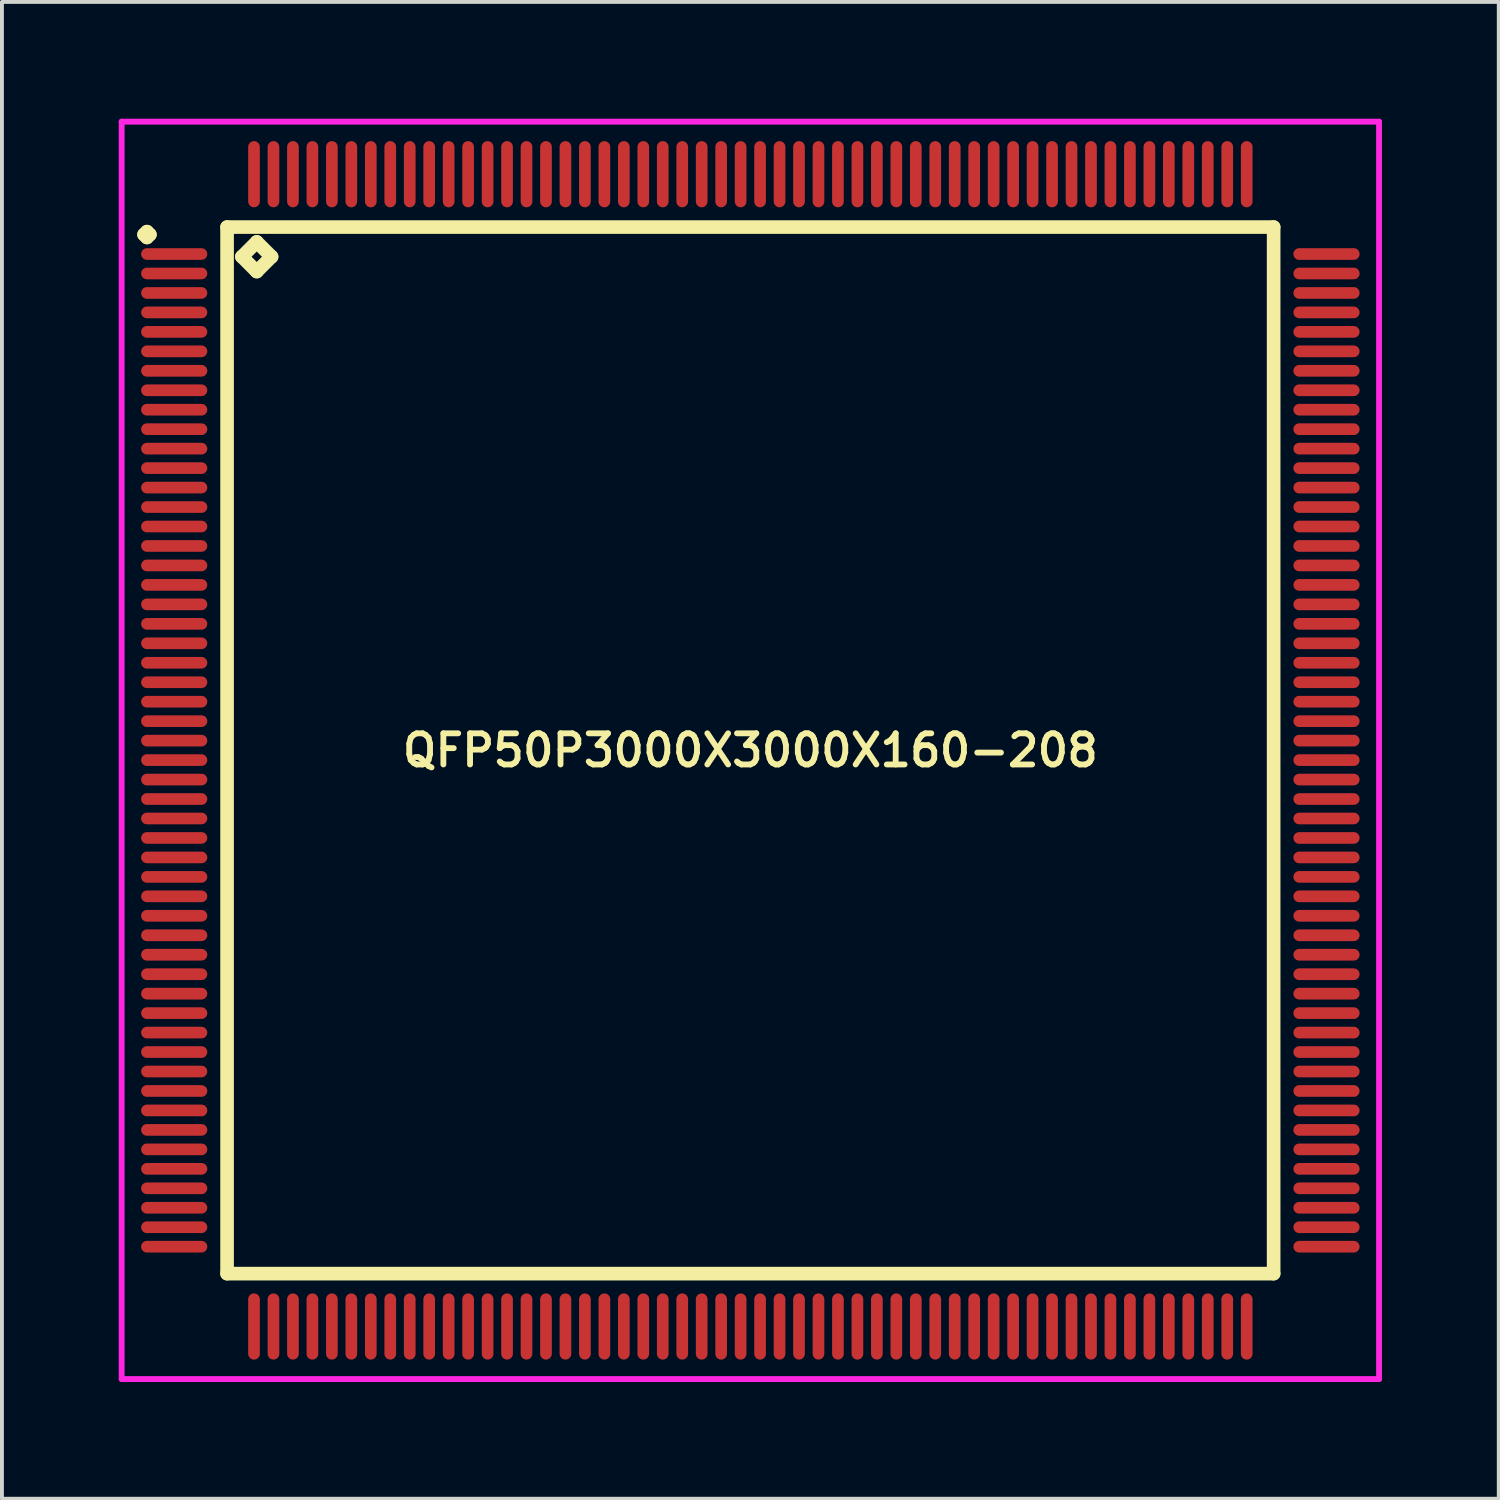
<source format=kicad_pcb>
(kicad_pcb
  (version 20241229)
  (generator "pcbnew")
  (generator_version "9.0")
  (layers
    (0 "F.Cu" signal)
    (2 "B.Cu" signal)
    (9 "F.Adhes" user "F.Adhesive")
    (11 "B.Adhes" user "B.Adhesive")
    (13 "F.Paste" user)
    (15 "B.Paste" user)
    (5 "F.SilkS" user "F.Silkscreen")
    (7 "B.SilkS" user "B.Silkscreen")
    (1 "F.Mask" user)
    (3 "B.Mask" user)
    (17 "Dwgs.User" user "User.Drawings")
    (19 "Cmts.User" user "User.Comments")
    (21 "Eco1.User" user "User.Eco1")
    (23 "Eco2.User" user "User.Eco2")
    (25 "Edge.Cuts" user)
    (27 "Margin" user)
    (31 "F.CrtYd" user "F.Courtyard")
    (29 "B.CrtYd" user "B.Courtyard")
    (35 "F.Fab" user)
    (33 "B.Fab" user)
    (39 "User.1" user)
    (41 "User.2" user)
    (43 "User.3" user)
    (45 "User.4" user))
  (footprint "QFP50P3000X3000X160-208"
    (layer "F.Cu")
    (at 16.225 16.225)
    (property "Reference" "QFP50P3000X3000X160-208" (at 0 0 0) (layer "F.SilkS") (effects (font (size 0.8 0.8) (thickness 0.15))))
    (attr smd)
    (fp_line (start -15.575 -13.25) (end -15.5 -13.325) (stroke (width 0.35) (type solid)) (layer "F.SilkS"))
    (fp_line (start -15.5 -13.325) (end -15.425 -13.25) (stroke (width 0.35) (type solid)) (layer "F.SilkS"))
    (fp_line (start -15.5 -13.175) (end -15.575 -13.25) (stroke (width 0.35) (type solid)) (layer "F.SilkS"))
    (fp_line (start -15.425 -13.25) (end -15.5 -13.175) (stroke (width 0.35) (type solid)) (layer "F.SilkS"))
    (fp_line (start -13.442 -13.442) (end -13.442 13.442) (stroke (width 0.35) (type solid)) (layer "F.SilkS"))
    (fp_line (start -13.442 13.442) (end 13.442 13.442) (stroke (width 0.35) (type solid)) (layer "F.SilkS"))
    (fp_line (start -13.061 -12.68) (end -12.68 -13.061) (stroke (width 0.35) (type solid)) (layer "F.SilkS"))
    (fp_line (start -12.68 -13.061) (end -12.299 -12.68) (stroke (width 0.35) (type solid)) (layer "F.SilkS"))
    (fp_line (start -12.68 -12.299) (end -13.061 -12.68) (stroke (width 0.35) (type solid)) (layer "F.SilkS"))
    (fp_line (start -12.299 -12.68) (end -12.68 -12.299) (stroke (width 0.35) (type solid)) (layer "F.SilkS"))
    (fp_line (start 13.442 -13.442) (end -13.442 -13.442) (stroke (width 0.35) (type solid)) (layer "F.SilkS"))
    (fp_line (start 13.442 13.442) (end 13.442 -13.442) (stroke (width 0.35) (type solid)) (layer "F.SilkS"))
    (fp_line (start -16.15 -16.15) (end 16.15 -16.15) (stroke (width 0.15) (type solid)) (layer "F.CrtYd"))
    (fp_line (start -16.15 16.15) (end -16.15 -16.15) (stroke (width 0.15) (type solid)) (layer "F.CrtYd"))
    (fp_line (start 16.15 -16.15) (end 16.15 16.15) (stroke (width 0.15) (type solid)) (layer "F.CrtYd"))
    (fp_line (start 16.15 16.15) (end -16.15 16.15) (stroke (width 0.15) (type solid)) (layer "F.CrtYd"))
    (pad "1" smd oval (at -14.8 -12.75) (size 1.7 0.3) (layers "F.Cu" "F.Mask" "F.Paste"))
    (pad "2" smd oval (at -14.8 -12.25) (size 1.7 0.3) (layers "F.Cu" "F.Mask" "F.Paste"))
    (pad "3" smd oval (at -14.8 -11.75) (size 1.7 0.3) (layers "F.Cu" "F.Mask" "F.Paste"))
    (pad "4" smd oval (at -14.8 -11.25) (size 1.7 0.3) (layers "F.Cu" "F.Mask" "F.Paste"))
    (pad "5" smd oval (at -14.8 -10.75) (size 1.7 0.3) (layers "F.Cu" "F.Mask" "F.Paste"))
    (pad "6" smd oval (at -14.8 -10.25) (size 1.7 0.3) (layers "F.Cu" "F.Mask" "F.Paste"))
    (pad "7" smd oval (at -14.8 -9.75) (size 1.7 0.3) (layers "F.Cu" "F.Mask" "F.Paste"))
    (pad "8" smd oval (at -14.8 -9.25) (size 1.7 0.3) (layers "F.Cu" "F.Mask" "F.Paste"))
    (pad "9" smd oval (at -14.8 -8.75) (size 1.7 0.3) (layers "F.Cu" "F.Mask" "F.Paste"))
    (pad "10" smd oval (at -14.8 -8.25) (size 1.7 0.3) (layers "F.Cu" "F.Mask" "F.Paste"))
    (pad "11" smd oval (at -14.8 -7.75) (size 1.7 0.3) (layers "F.Cu" "F.Mask" "F.Paste"))
    (pad "12" smd oval (at -14.8 -7.25) (size 1.7 0.3) (layers "F.Cu" "F.Mask" "F.Paste"))
    (pad "13" smd oval (at -14.8 -6.75) (size 1.7 0.3) (layers "F.Cu" "F.Mask" "F.Paste"))
    (pad "14" smd oval (at -14.8 -6.25) (size 1.7 0.3) (layers "F.Cu" "F.Mask" "F.Paste"))
    (pad "15" smd oval (at -14.8 -5.75) (size 1.7 0.3) (layers "F.Cu" "F.Mask" "F.Paste"))
    (pad "16" smd oval (at -14.8 -5.25) (size 1.7 0.3) (layers "F.Cu" "F.Mask" "F.Paste"))
    (pad "17" smd oval (at -14.8 -4.75) (size 1.7 0.3) (layers "F.Cu" "F.Mask" "F.Paste"))
    (pad "18" smd oval (at -14.8 -4.25) (size 1.7 0.3) (layers "F.Cu" "F.Mask" "F.Paste"))
    (pad "19" smd oval (at -14.8 -3.75) (size 1.7 0.3) (layers "F.Cu" "F.Mask" "F.Paste"))
    (pad "20" smd oval (at -14.8 -3.25) (size 1.7 0.3) (layers "F.Cu" "F.Mask" "F.Paste"))
    (pad "21" smd oval (at -14.8 -2.75) (size 1.7 0.3) (layers "F.Cu" "F.Mask" "F.Paste"))
    (pad "22" smd oval (at -14.8 -2.25) (size 1.7 0.3) (layers "F.Cu" "F.Mask" "F.Paste"))
    (pad "23" smd oval (at -14.8 -1.75) (size 1.7 0.3) (layers "F.Cu" "F.Mask" "F.Paste"))
    (pad "24" smd oval (at -14.8 -1.25) (size 1.7 0.3) (layers "F.Cu" "F.Mask" "F.Paste"))
    (pad "25" smd oval (at -14.8 -0.75) (size 1.7 0.3) (layers "F.Cu" "F.Mask" "F.Paste"))
    (pad "26" smd oval (at -14.8 -0.25) (size 1.7 0.3) (layers "F.Cu" "F.Mask" "F.Paste"))
    (pad "27" smd oval (at -14.8 0.25) (size 1.7 0.3) (layers "F.Cu" "F.Mask" "F.Paste"))
    (pad "28" smd oval (at -14.8 0.75) (size 1.7 0.3) (layers "F.Cu" "F.Mask" "F.Paste"))
    (pad "29" smd oval (at -14.8 1.25) (size 1.7 0.3) (layers "F.Cu" "F.Mask" "F.Paste"))
    (pad "30" smd oval (at -14.8 1.75) (size 1.7 0.3) (layers "F.Cu" "F.Mask" "F.Paste"))
    (pad "31" smd oval (at -14.8 2.25) (size 1.7 0.3) (layers "F.Cu" "F.Mask" "F.Paste"))
    (pad "32" smd oval (at -14.8 2.75) (size 1.7 0.3) (layers "F.Cu" "F.Mask" "F.Paste"))
    (pad "33" smd oval (at -14.8 3.25) (size 1.7 0.3) (layers "F.Cu" "F.Mask" "F.Paste"))
    (pad "34" smd oval (at -14.8 3.75) (size 1.7 0.3) (layers "F.Cu" "F.Mask" "F.Paste"))
    (pad "35" smd oval (at -14.8 4.25) (size 1.7 0.3) (layers "F.Cu" "F.Mask" "F.Paste"))
    (pad "36" smd oval (at -14.8 4.75) (size 1.7 0.3) (layers "F.Cu" "F.Mask" "F.Paste"))
    (pad "37" smd oval (at -14.8 5.25) (size 1.7 0.3) (layers "F.Cu" "F.Mask" "F.Paste"))
    (pad "38" smd oval (at -14.8 5.75) (size 1.7 0.3) (layers "F.Cu" "F.Mask" "F.Paste"))
    (pad "39" smd oval (at -14.8 6.25) (size 1.7 0.3) (layers "F.Cu" "F.Mask" "F.Paste"))
    (pad "40" smd oval (at -14.8 6.75) (size 1.7 0.3) (layers "F.Cu" "F.Mask" "F.Paste"))
    (pad "41" smd oval (at -14.8 7.25) (size 1.7 0.3) (layers "F.Cu" "F.Mask" "F.Paste"))
    (pad "42" smd oval (at -14.8 7.75) (size 1.7 0.3) (layers "F.Cu" "F.Mask" "F.Paste"))
    (pad "43" smd oval (at -14.8 8.25) (size 1.7 0.3) (layers "F.Cu" "F.Mask" "F.Paste"))
    (pad "44" smd oval (at -14.8 8.75) (size 1.7 0.3) (layers "F.Cu" "F.Mask" "F.Paste"))
    (pad "45" smd oval (at -14.8 9.25) (size 1.7 0.3) (layers "F.Cu" "F.Mask" "F.Paste"))
    (pad "46" smd oval (at -14.8 9.75) (size 1.7 0.3) (layers "F.Cu" "F.Mask" "F.Paste"))
    (pad "47" smd oval (at -14.8 10.25) (size 1.7 0.3) (layers "F.Cu" "F.Mask" "F.Paste"))
    (pad "48" smd oval (at -14.8 10.75) (size 1.7 0.3) (layers "F.Cu" "F.Mask" "F.Paste"))
    (pad "49" smd oval (at -14.8 11.25) (size 1.7 0.3) (layers "F.Cu" "F.Mask" "F.Paste"))
    (pad "50" smd oval (at -14.8 11.75) (size 1.7 0.3) (layers "F.Cu" "F.Mask" "F.Paste"))
    (pad "51" smd oval (at -14.8 12.25) (size 1.7 0.3) (layers "F.Cu" "F.Mask" "F.Paste"))
    (pad "52" smd oval (at -14.8 12.75) (size 1.7 0.3) (layers "F.Cu" "F.Mask" "F.Paste"))
    (pad "53" smd oval (at -12.75 14.8) (size 0.3 1.7) (layers "F.Cu" "F.Mask" "F.Paste"))
    (pad "54" smd oval (at -12.25 14.8) (size 0.3 1.7) (layers "F.Cu" "F.Mask" "F.Paste"))
    (pad "55" smd oval (at -11.75 14.8) (size 0.3 1.7) (layers "F.Cu" "F.Mask" "F.Paste"))
    (pad "56" smd oval (at -11.25 14.8) (size 0.3 1.7) (layers "F.Cu" "F.Mask" "F.Paste"))
    (pad "57" smd oval (at -10.75 14.8) (size 0.3 1.7) (layers "F.Cu" "F.Mask" "F.Paste"))
    (pad "58" smd oval (at -10.25 14.8) (size 0.3 1.7) (layers "F.Cu" "F.Mask" "F.Paste"))
    (pad "59" smd oval (at -9.75 14.8) (size 0.3 1.7) (layers "F.Cu" "F.Mask" "F.Paste"))
    (pad "60" smd oval (at -9.25 14.8) (size 0.3 1.7) (layers "F.Cu" "F.Mask" "F.Paste"))
    (pad "61" smd oval (at -8.75 14.8) (size 0.3 1.7) (layers "F.Cu" "F.Mask" "F.Paste"))
    (pad "62" smd oval (at -8.25 14.8) (size 0.3 1.7) (layers "F.Cu" "F.Mask" "F.Paste"))
    (pad "63" smd oval (at -7.75 14.8) (size 0.3 1.7) (layers "F.Cu" "F.Mask" "F.Paste"))
    (pad "64" smd oval (at -7.25 14.8) (size 0.3 1.7) (layers "F.Cu" "F.Mask" "F.Paste"))
    (pad "65" smd oval (at -6.75 14.8) (size 0.3 1.7) (layers "F.Cu" "F.Mask" "F.Paste"))
    (pad "66" smd oval (at -6.25 14.8) (size 0.3 1.7) (layers "F.Cu" "F.Mask" "F.Paste"))
    (pad "67" smd oval (at -5.75 14.8) (size 0.3 1.7) (layers "F.Cu" "F.Mask" "F.Paste"))
    (pad "68" smd oval (at -5.25 14.8) (size 0.3 1.7) (layers "F.Cu" "F.Mask" "F.Paste"))
    (pad "69" smd oval (at -4.75 14.8) (size 0.3 1.7) (layers "F.Cu" "F.Mask" "F.Paste"))
    (pad "70" smd oval (at -4.25 14.8) (size 0.3 1.7) (layers "F.Cu" "F.Mask" "F.Paste"))
    (pad "71" smd oval (at -3.75 14.8) (size 0.3 1.7) (layers "F.Cu" "F.Mask" "F.Paste"))
    (pad "72" smd oval (at -3.25 14.8) (size 0.3 1.7) (layers "F.Cu" "F.Mask" "F.Paste"))
    (pad "73" smd oval (at -2.75 14.8) (size 0.3 1.7) (layers "F.Cu" "F.Mask" "F.Paste"))
    (pad "74" smd oval (at -2.25 14.8) (size 0.3 1.7) (layers "F.Cu" "F.Mask" "F.Paste"))
    (pad "75" smd oval (at -1.75 14.8) (size 0.3 1.7) (layers "F.Cu" "F.Mask" "F.Paste"))
    (pad "76" smd oval (at -1.25 14.8) (size 0.3 1.7) (layers "F.Cu" "F.Mask" "F.Paste"))
    (pad "77" smd oval (at -0.75 14.8) (size 0.3 1.7) (layers "F.Cu" "F.Mask" "F.Paste"))
    (pad "78" smd oval (at -0.25 14.8) (size 0.3 1.7) (layers "F.Cu" "F.Mask" "F.Paste"))
    (pad "79" smd oval (at 0.25 14.8) (size 0.3 1.7) (layers "F.Cu" "F.Mask" "F.Paste"))
    (pad "80" smd oval (at 0.75 14.8) (size 0.3 1.7) (layers "F.Cu" "F.Mask" "F.Paste"))
    (pad "81" smd oval (at 1.25 14.8) (size 0.3 1.7) (layers "F.Cu" "F.Mask" "F.Paste"))
    (pad "82" smd oval (at 1.75 14.8) (size 0.3 1.7) (layers "F.Cu" "F.Mask" "F.Paste"))
    (pad "83" smd oval (at 2.25 14.8) (size 0.3 1.7) (layers "F.Cu" "F.Mask" "F.Paste"))
    (pad "84" smd oval (at 2.75 14.8) (size 0.3 1.7) (layers "F.Cu" "F.Mask" "F.Paste"))
    (pad "85" smd oval (at 3.25 14.8) (size 0.3 1.7) (layers "F.Cu" "F.Mask" "F.Paste"))
    (pad "86" smd oval (at 3.75 14.8) (size 0.3 1.7) (layers "F.Cu" "F.Mask" "F.Paste"))
    (pad "87" smd oval (at 4.25 14.8) (size 0.3 1.7) (layers "F.Cu" "F.Mask" "F.Paste"))
    (pad "88" smd oval (at 4.75 14.8) (size 0.3 1.7) (layers "F.Cu" "F.Mask" "F.Paste"))
    (pad "89" smd oval (at 5.25 14.8) (size 0.3 1.7) (layers "F.Cu" "F.Mask" "F.Paste"))
    (pad "90" smd oval (at 5.75 14.8) (size 0.3 1.7) (layers "F.Cu" "F.Mask" "F.Paste"))
    (pad "91" smd oval (at 6.25 14.8) (size 0.3 1.7) (layers "F.Cu" "F.Mask" "F.Paste"))
    (pad "92" smd oval (at 6.75 14.8) (size 0.3 1.7) (layers "F.Cu" "F.Mask" "F.Paste"))
    (pad "93" smd oval (at 7.25 14.8) (size 0.3 1.7) (layers "F.Cu" "F.Mask" "F.Paste"))
    (pad "94" smd oval (at 7.75 14.8) (size 0.3 1.7) (layers "F.Cu" "F.Mask" "F.Paste"))
    (pad "95" smd oval (at 8.25 14.8) (size 0.3 1.7) (layers "F.Cu" "F.Mask" "F.Paste"))
    (pad "96" smd oval (at 8.75 14.8) (size 0.3 1.7) (layers "F.Cu" "F.Mask" "F.Paste"))
    (pad "97" smd oval (at 9.25 14.8) (size 0.3 1.7) (layers "F.Cu" "F.Mask" "F.Paste"))
    (pad "98" smd oval (at 9.75 14.8) (size 0.3 1.7) (layers "F.Cu" "F.Mask" "F.Paste"))
    (pad "99" smd oval (at 10.25 14.8) (size 0.3 1.7) (layers "F.Cu" "F.Mask" "F.Paste"))
    (pad "100" smd oval (at 10.75 14.8) (size 0.3 1.7) (layers "F.Cu" "F.Mask" "F.Paste"))
    (pad "101" smd oval (at 11.25 14.8) (size 0.3 1.7) (layers "F.Cu" "F.Mask" "F.Paste"))
    (pad "102" smd oval (at 11.75 14.8) (size 0.3 1.7) (layers "F.Cu" "F.Mask" "F.Paste"))
    (pad "103" smd oval (at 12.25 14.8) (size 0.3 1.7) (layers "F.Cu" "F.Mask" "F.Paste"))
    (pad "104" smd oval (at 12.75 14.8) (size 0.3 1.7) (layers "F.Cu" "F.Mask" "F.Paste"))
    (pad "105" smd oval (at 14.8 12.75) (size 1.7 0.3) (layers "F.Cu" "F.Mask" "F.Paste"))
    (pad "106" smd oval (at 14.8 12.25) (size 1.7 0.3) (layers "F.Cu" "F.Mask" "F.Paste"))
    (pad "107" smd oval (at 14.8 11.75) (size 1.7 0.3) (layers "F.Cu" "F.Mask" "F.Paste"))
    (pad "108" smd oval (at 14.8 11.25) (size 1.7 0.3) (layers "F.Cu" "F.Mask" "F.Paste"))
    (pad "109" smd oval (at 14.8 10.75) (size 1.7 0.3) (layers "F.Cu" "F.Mask" "F.Paste"))
    (pad "110" smd oval (at 14.8 10.25) (size 1.7 0.3) (layers "F.Cu" "F.Mask" "F.Paste"))
    (pad "111" smd oval (at 14.8 9.75) (size 1.7 0.3) (layers "F.Cu" "F.Mask" "F.Paste"))
    (pad "112" smd oval (at 14.8 9.25) (size 1.7 0.3) (layers "F.Cu" "F.Mask" "F.Paste"))
    (pad "113" smd oval (at 14.8 8.75) (size 1.7 0.3) (layers "F.Cu" "F.Mask" "F.Paste"))
    (pad "114" smd oval (at 14.8 8.25) (size 1.7 0.3) (layers "F.Cu" "F.Mask" "F.Paste"))
    (pad "115" smd oval (at 14.8 7.75) (size 1.7 0.3) (layers "F.Cu" "F.Mask" "F.Paste"))
    (pad "116" smd oval (at 14.8 7.25) (size 1.7 0.3) (layers "F.Cu" "F.Mask" "F.Paste"))
    (pad "117" smd oval (at 14.8 6.75) (size 1.7 0.3) (layers "F.Cu" "F.Mask" "F.Paste"))
    (pad "118" smd oval (at 14.8 6.25) (size 1.7 0.3) (layers "F.Cu" "F.Mask" "F.Paste"))
    (pad "119" smd oval (at 14.8 5.75) (size 1.7 0.3) (layers "F.Cu" "F.Mask" "F.Paste"))
    (pad "120" smd oval (at 14.8 5.25) (size 1.7 0.3) (layers "F.Cu" "F.Mask" "F.Paste"))
    (pad "121" smd oval (at 14.8 4.75) (size 1.7 0.3) (layers "F.Cu" "F.Mask" "F.Paste"))
    (pad "122" smd oval (at 14.8 4.25) (size 1.7 0.3) (layers "F.Cu" "F.Mask" "F.Paste"))
    (pad "123" smd oval (at 14.8 3.75) (size 1.7 0.3) (layers "F.Cu" "F.Mask" "F.Paste"))
    (pad "124" smd oval (at 14.8 3.25) (size 1.7 0.3) (layers "F.Cu" "F.Mask" "F.Paste"))
    (pad "125" smd oval (at 14.8 2.75) (size 1.7 0.3) (layers "F.Cu" "F.Mask" "F.Paste"))
    (pad "126" smd oval (at 14.8 2.25) (size 1.7 0.3) (layers "F.Cu" "F.Mask" "F.Paste"))
    (pad "127" smd oval (at 14.8 1.75) (size 1.7 0.3) (layers "F.Cu" "F.Mask" "F.Paste"))
    (pad "128" smd oval (at 14.8 1.25) (size 1.7 0.3) (layers "F.Cu" "F.Mask" "F.Paste"))
    (pad "129" smd oval (at 14.8 0.75) (size 1.7 0.3) (layers "F.Cu" "F.Mask" "F.Paste"))
    (pad "130" smd oval (at 14.8 0.25) (size 1.7 0.3) (layers "F.Cu" "F.Mask" "F.Paste"))
    (pad "131" smd oval (at 14.8 -0.25) (size 1.7 0.3) (layers "F.Cu" "F.Mask" "F.Paste"))
    (pad "132" smd oval (at 14.8 -0.75) (size 1.7 0.3) (layers "F.Cu" "F.Mask" "F.Paste"))
    (pad "133" smd oval (at 14.8 -1.25) (size 1.7 0.3) (layers "F.Cu" "F.Mask" "F.Paste"))
    (pad "134" smd oval (at 14.8 -1.75) (size 1.7 0.3) (layers "F.Cu" "F.Mask" "F.Paste"))
    (pad "135" smd oval (at 14.8 -2.25) (size 1.7 0.3) (layers "F.Cu" "F.Mask" "F.Paste"))
    (pad "136" smd oval (at 14.8 -2.75) (size 1.7 0.3) (layers "F.Cu" "F.Mask" "F.Paste"))
    (pad "137" smd oval (at 14.8 -3.25) (size 1.7 0.3) (layers "F.Cu" "F.Mask" "F.Paste"))
    (pad "138" smd oval (at 14.8 -3.75) (size 1.7 0.3) (layers "F.Cu" "F.Mask" "F.Paste"))
    (pad "139" smd oval (at 14.8 -4.25) (size 1.7 0.3) (layers "F.Cu" "F.Mask" "F.Paste"))
    (pad "140" smd oval (at 14.8 -4.75) (size 1.7 0.3) (layers "F.Cu" "F.Mask" "F.Paste"))
    (pad "141" smd oval (at 14.8 -5.25) (size 1.7 0.3) (layers "F.Cu" "F.Mask" "F.Paste"))
    (pad "142" smd oval (at 14.8 -5.75) (size 1.7 0.3) (layers "F.Cu" "F.Mask" "F.Paste"))
    (pad "143" smd oval (at 14.8 -6.25) (size 1.7 0.3) (layers "F.Cu" "F.Mask" "F.Paste"))
    (pad "144" smd oval (at 14.8 -6.75) (size 1.7 0.3) (layers "F.Cu" "F.Mask" "F.Paste"))
    (pad "145" smd oval (at 14.8 -7.25) (size 1.7 0.3) (layers "F.Cu" "F.Mask" "F.Paste"))
    (pad "146" smd oval (at 14.8 -7.75) (size 1.7 0.3) (layers "F.Cu" "F.Mask" "F.Paste"))
    (pad "147" smd oval (at 14.8 -8.25) (size 1.7 0.3) (layers "F.Cu" "F.Mask" "F.Paste"))
    (pad "148" smd oval (at 14.8 -8.75) (size 1.7 0.3) (layers "F.Cu" "F.Mask" "F.Paste"))
    (pad "149" smd oval (at 14.8 -9.25) (size 1.7 0.3) (layers "F.Cu" "F.Mask" "F.Paste"))
    (pad "150" smd oval (at 14.8 -9.75) (size 1.7 0.3) (layers "F.Cu" "F.Mask" "F.Paste"))
    (pad "151" smd oval (at 14.8 -10.25) (size 1.7 0.3) (layers "F.Cu" "F.Mask" "F.Paste"))
    (pad "152" smd oval (at 14.8 -10.75) (size 1.7 0.3) (layers "F.Cu" "F.Mask" "F.Paste"))
    (pad "153" smd oval (at 14.8 -11.25) (size 1.7 0.3) (layers "F.Cu" "F.Mask" "F.Paste"))
    (pad "154" smd oval (at 14.8 -11.75) (size 1.7 0.3) (layers "F.Cu" "F.Mask" "F.Paste"))
    (pad "155" smd oval (at 14.8 -12.25) (size 1.7 0.3) (layers "F.Cu" "F.Mask" "F.Paste"))
    (pad "156" smd oval (at 14.8 -12.75) (size 1.7 0.3) (layers "F.Cu" "F.Mask" "F.Paste"))
    (pad "157" smd oval (at 12.75 -14.8) (size 0.3 1.7) (layers "F.Cu" "F.Mask" "F.Paste"))
    (pad "158" smd oval (at 12.25 -14.8) (size 0.3 1.7) (layers "F.Cu" "F.Mask" "F.Paste"))
    (pad "159" smd oval (at 11.75 -14.8) (size 0.3 1.7) (layers "F.Cu" "F.Mask" "F.Paste"))
    (pad "160" smd oval (at 11.25 -14.8) (size 0.3 1.7) (layers "F.Cu" "F.Mask" "F.Paste"))
    (pad "161" smd oval (at 10.75 -14.8) (size 0.3 1.7) (layers "F.Cu" "F.Mask" "F.Paste"))
    (pad "162" smd oval (at 10.25 -14.8) (size 0.3 1.7) (layers "F.Cu" "F.Mask" "F.Paste"))
    (pad "163" smd oval (at 9.75 -14.8) (size 0.3 1.7) (layers "F.Cu" "F.Mask" "F.Paste"))
    (pad "164" smd oval (at 9.25 -14.8) (size 0.3 1.7) (layers "F.Cu" "F.Mask" "F.Paste"))
    (pad "165" smd oval (at 8.75 -14.8) (size 0.3 1.7) (layers "F.Cu" "F.Mask" "F.Paste"))
    (pad "166" smd oval (at 8.25 -14.8) (size 0.3 1.7) (layers "F.Cu" "F.Mask" "F.Paste"))
    (pad "167" smd oval (at 7.75 -14.8) (size 0.3 1.7) (layers "F.Cu" "F.Mask" "F.Paste"))
    (pad "168" smd oval (at 7.25 -14.8) (size 0.3 1.7) (layers "F.Cu" "F.Mask" "F.Paste"))
    (pad "169" smd oval (at 6.75 -14.8) (size 0.3 1.7) (layers "F.Cu" "F.Mask" "F.Paste"))
    (pad "170" smd oval (at 6.25 -14.8) (size 0.3 1.7) (layers "F.Cu" "F.Mask" "F.Paste"))
    (pad "171" smd oval (at 5.75 -14.8) (size 0.3 1.7) (layers "F.Cu" "F.Mask" "F.Paste"))
    (pad "172" smd oval (at 5.25 -14.8) (size 0.3 1.7) (layers "F.Cu" "F.Mask" "F.Paste"))
    (pad "173" smd oval (at 4.75 -14.8) (size 0.3 1.7) (layers "F.Cu" "F.Mask" "F.Paste"))
    (pad "174" smd oval (at 4.25 -14.8) (size 0.3 1.7) (layers "F.Cu" "F.Mask" "F.Paste"))
    (pad "175" smd oval (at 3.75 -14.8) (size 0.3 1.7) (layers "F.Cu" "F.Mask" "F.Paste"))
    (pad "176" smd oval (at 3.25 -14.8) (size 0.3 1.7) (layers "F.Cu" "F.Mask" "F.Paste"))
    (pad "177" smd oval (at 2.75 -14.8) (size 0.3 1.7) (layers "F.Cu" "F.Mask" "F.Paste"))
    (pad "178" smd oval (at 2.25 -14.8) (size 0.3 1.7) (layers "F.Cu" "F.Mask" "F.Paste"))
    (pad "179" smd oval (at 1.75 -14.8) (size 0.3 1.7) (layers "F.Cu" "F.Mask" "F.Paste"))
    (pad "180" smd oval (at 1.25 -14.8) (size 0.3 1.7) (layers "F.Cu" "F.Mask" "F.Paste"))
    (pad "181" smd oval (at 0.75 -14.8) (size 0.3 1.7) (layers "F.Cu" "F.Mask" "F.Paste"))
    (pad "182" smd oval (at 0.25 -14.8) (size 0.3 1.7) (layers "F.Cu" "F.Mask" "F.Paste"))
    (pad "183" smd oval (at -0.25 -14.8) (size 0.3 1.7) (layers "F.Cu" "F.Mask" "F.Paste"))
    (pad "184" smd oval (at -0.75 -14.8) (size 0.3 1.7) (layers "F.Cu" "F.Mask" "F.Paste"))
    (pad "185" smd oval (at -1.25 -14.8) (size 0.3 1.7) (layers "F.Cu" "F.Mask" "F.Paste"))
    (pad "186" smd oval (at -1.75 -14.8) (size 0.3 1.7) (layers "F.Cu" "F.Mask" "F.Paste"))
    (pad "187" smd oval (at -2.25 -14.8) (size 0.3 1.7) (layers "F.Cu" "F.Mask" "F.Paste"))
    (pad "188" smd oval (at -2.75 -14.8) (size 0.3 1.7) (layers "F.Cu" "F.Mask" "F.Paste"))
    (pad "189" smd oval (at -3.25 -14.8) (size 0.3 1.7) (layers "F.Cu" "F.Mask" "F.Paste"))
    (pad "190" smd oval (at -3.75 -14.8) (size 0.3 1.7) (layers "F.Cu" "F.Mask" "F.Paste"))
    (pad "191" smd oval (at -4.25 -14.8) (size 0.3 1.7) (layers "F.Cu" "F.Mask" "F.Paste"))
    (pad "192" smd oval (at -4.75 -14.8) (size 0.3 1.7) (layers "F.Cu" "F.Mask" "F.Paste"))
    (pad "193" smd oval (at -5.25 -14.8) (size 0.3 1.7) (layers "F.Cu" "F.Mask" "F.Paste"))
    (pad "194" smd oval (at -5.75 -14.8) (size 0.3 1.7) (layers "F.Cu" "F.Mask" "F.Paste"))
    (pad "195" smd oval (at -6.25 -14.8) (size 0.3 1.7) (layers "F.Cu" "F.Mask" "F.Paste"))
    (pad "196" smd oval (at -6.75 -14.8) (size 0.3 1.7) (layers "F.Cu" "F.Mask" "F.Paste"))
    (pad "197" smd oval (at -7.25 -14.8) (size 0.3 1.7) (layers "F.Cu" "F.Mask" "F.Paste"))
    (pad "198" smd oval (at -7.75 -14.8) (size 0.3 1.7) (layers "F.Cu" "F.Mask" "F.Paste"))
    (pad "199" smd oval (at -8.25 -14.8) (size 0.3 1.7) (layers "F.Cu" "F.Mask" "F.Paste"))
    (pad "200" smd oval (at -8.75 -14.8) (size 0.3 1.7) (layers "F.Cu" "F.Mask" "F.Paste"))
    (pad "201" smd oval (at -9.25 -14.8) (size 0.3 1.7) (layers "F.Cu" "F.Mask" "F.Paste"))
    (pad "202" smd oval (at -9.75 -14.8) (size 0.3 1.7) (layers "F.Cu" "F.Mask" "F.Paste"))
    (pad "203" smd oval (at -10.25 -14.8) (size 0.3 1.7) (layers "F.Cu" "F.Mask" "F.Paste"))
    (pad "204" smd oval (at -10.75 -14.8) (size 0.3 1.7) (layers "F.Cu" "F.Mask" "F.Paste"))
    (pad "205" smd oval (at -11.25 -14.8) (size 0.3 1.7) (layers "F.Cu" "F.Mask" "F.Paste"))
    (pad "206" smd oval (at -11.75 -14.8) (size 0.3 1.7) (layers "F.Cu" "F.Mask" "F.Paste"))
    (pad "207" smd oval (at -12.25 -14.8) (size 0.3 1.7) (layers "F.Cu" "F.Mask" "F.Paste"))
    (pad "208" smd oval (at -12.75 -14.8) (size 0.3 1.7) (layers "F.Cu" "F.Mask" "F.Paste")))
  (gr_rect
    (start -3 -3)
    (end 35.45 35.45)
    (stroke (width 0.1) (type default))
    (fill no)
    (layer "Edge.Cuts")))
</source>
